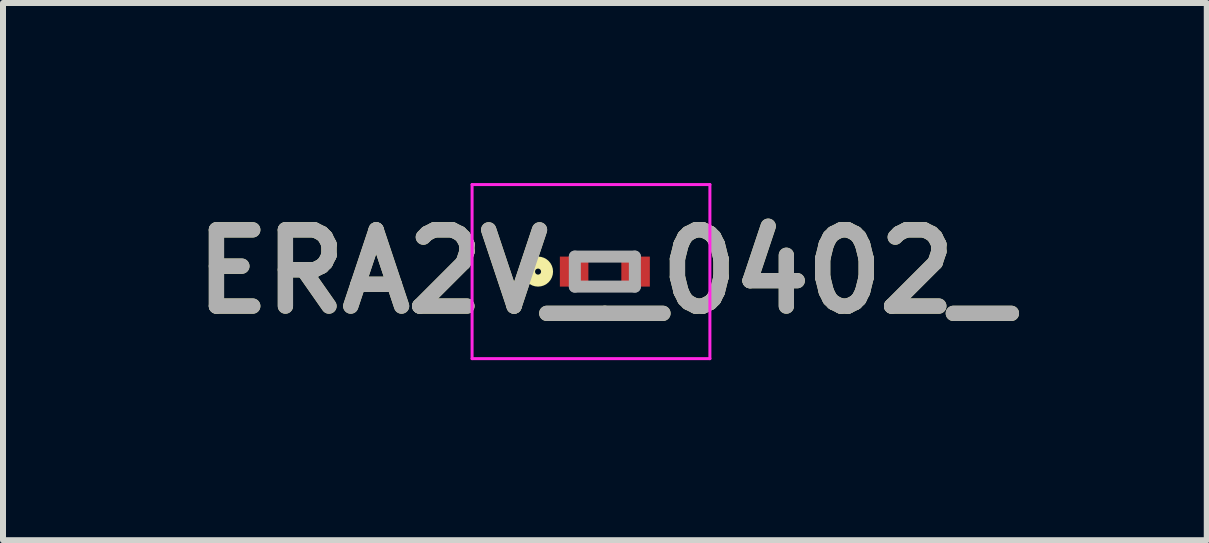
<source format=kicad_pcb>
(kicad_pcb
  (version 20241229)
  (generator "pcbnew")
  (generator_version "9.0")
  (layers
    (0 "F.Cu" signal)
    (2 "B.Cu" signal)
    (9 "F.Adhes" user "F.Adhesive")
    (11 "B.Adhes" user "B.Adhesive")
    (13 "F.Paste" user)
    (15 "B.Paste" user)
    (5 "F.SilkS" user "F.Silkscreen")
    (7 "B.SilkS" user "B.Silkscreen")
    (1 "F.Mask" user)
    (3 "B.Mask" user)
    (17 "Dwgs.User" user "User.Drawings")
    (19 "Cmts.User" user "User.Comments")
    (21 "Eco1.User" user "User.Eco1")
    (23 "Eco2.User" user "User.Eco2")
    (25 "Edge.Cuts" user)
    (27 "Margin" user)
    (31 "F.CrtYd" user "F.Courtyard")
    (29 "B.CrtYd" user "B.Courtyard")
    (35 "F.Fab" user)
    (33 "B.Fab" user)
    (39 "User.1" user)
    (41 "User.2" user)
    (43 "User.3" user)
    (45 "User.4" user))
  (footprint "ERA2V__0402_"
    (layer "F.Cu")
    (at 7.027 1.475)
    (property "Reference" "ERA2V__0402_" (at 0 0 0) (layer "F.SilkS") (effects (font (size 1.27 1.27) (thickness 0.254))))
    (attr smd)
    (fp_circle (center -1.113 0) (end -1.113 0.05) (stroke (width 0.2) (type solid)) (fill no) (layer "F.SilkS"))
    (fp_line (start -2.212 -1.45) (end 1.75 -1.45) (stroke (width 0.05) (type solid)) (layer "F.CrtYd"))
    (fp_line (start -2.212 1.45) (end -2.212 -1.45) (stroke (width 0.05) (type solid)) (layer "F.CrtYd"))
    (fp_line (start 1.75 -1.45) (end 1.75 1.45) (stroke (width 0.05) (type solid)) (layer "F.CrtYd"))
    (fp_line (start 1.75 1.45) (end -2.212 1.45) (stroke (width 0.05) (type solid)) (layer "F.CrtYd"))
    (fp_line (start -0.5 -0.25) (end 0.5 -0.25) (stroke (width 0.2) (type solid)) (layer "F.Fab"))
    (fp_line (start -0.5 0.25) (end -0.5 -0.25) (stroke (width 0.2) (type solid)) (layer "F.Fab"))
    (fp_line (start 0.5 -0.25) (end 0.5 0.25) (stroke (width 0.2) (type solid)) (layer "F.Fab"))
    (fp_line (start 0.5 0.25) (end -0.5 0.25) (stroke (width 0.2) (type solid)) (layer "F.Fab"))
    (fp_text user "${REFERENCE}" (at 0 0 0) (layer "F.Fab") (effects (font (size 1.27 1.27) (thickness 0.254))))
    (pad "1" smd rect (at -0.512 0) (size 0.475 0.5) (layers "F.Cu" "F.Mask" "F.Paste"))
    (pad "2" smd rect (at 0.512 0) (size 0.475 0.5) (layers "F.Cu" "F.Mask" "F.Paste")))
  (gr_rect
    (start -3 -3)
    (end 17.055 5.95)
    (stroke (width 0.1) (type default))
    (fill no)
    (layer "Edge.Cuts")))
</source>
